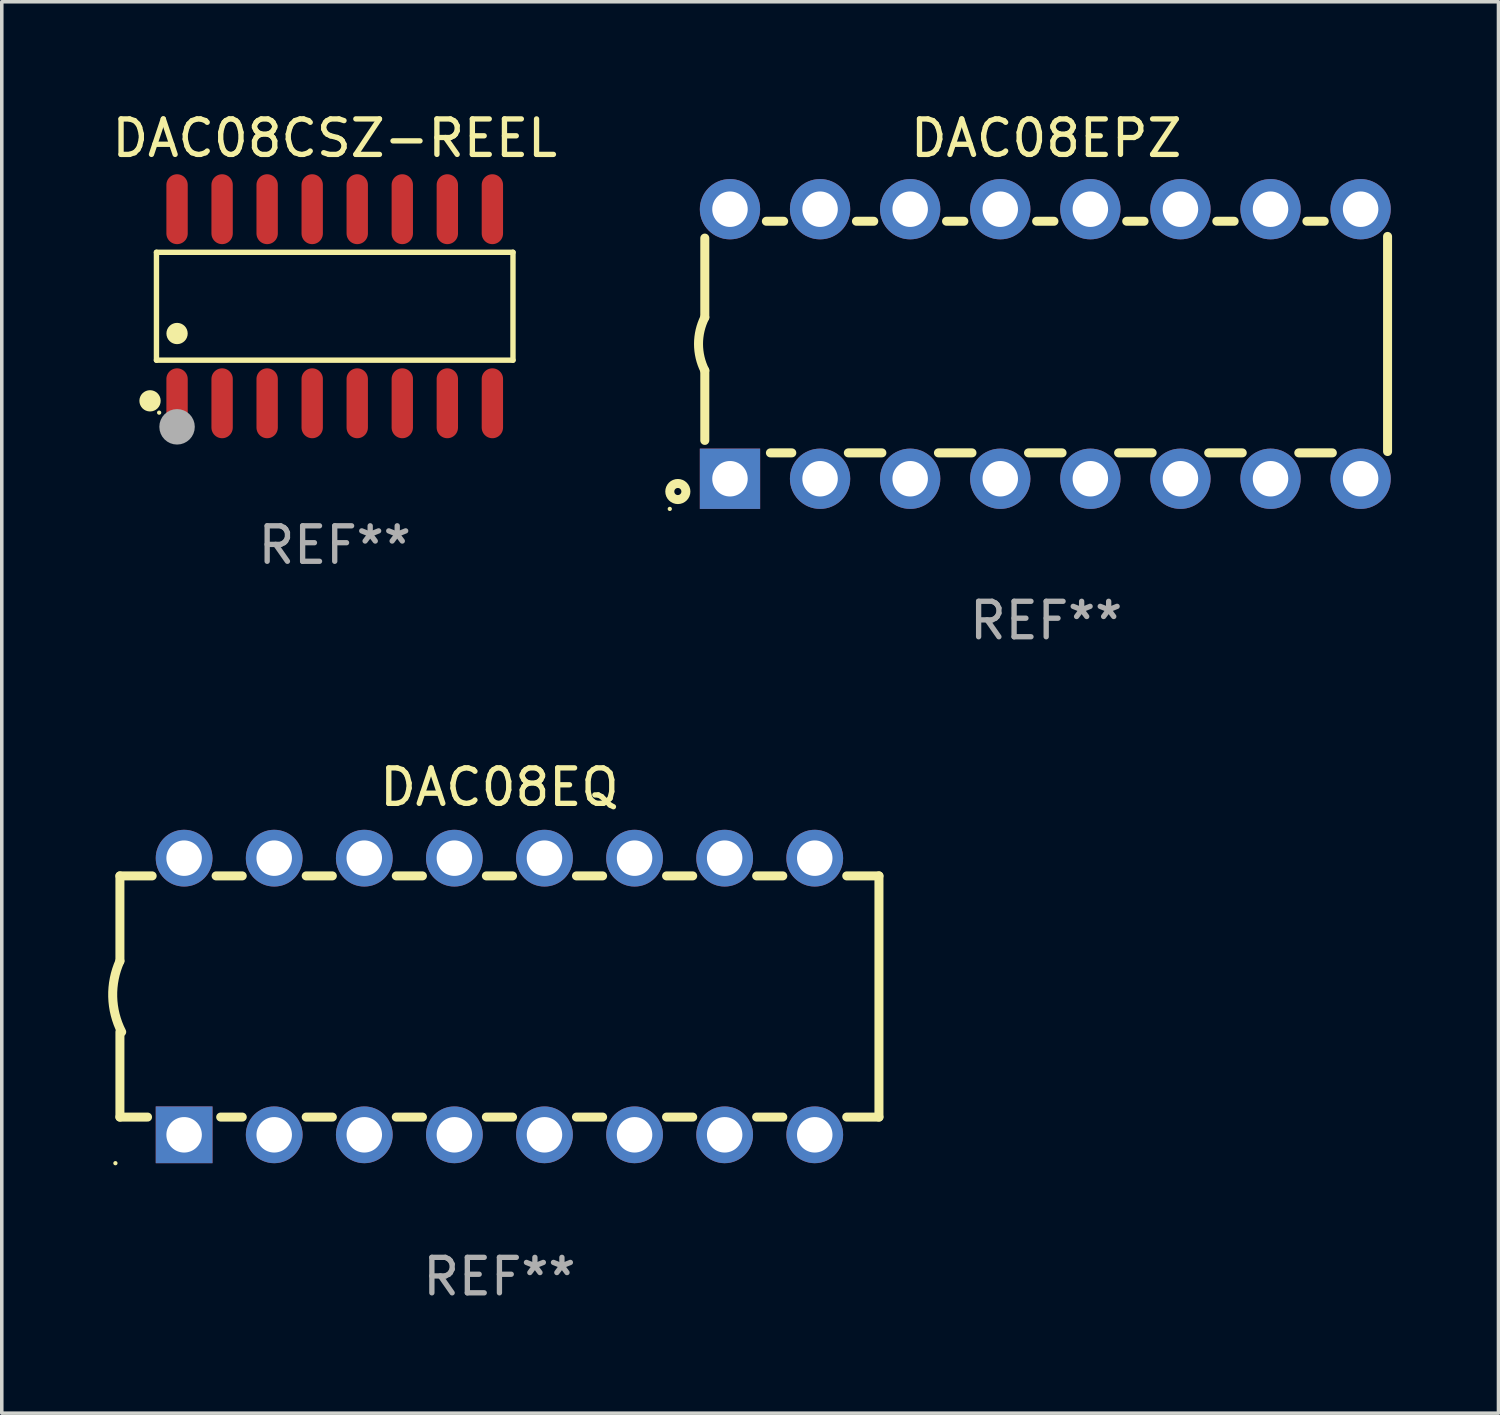
<source format=kicad_pcb>
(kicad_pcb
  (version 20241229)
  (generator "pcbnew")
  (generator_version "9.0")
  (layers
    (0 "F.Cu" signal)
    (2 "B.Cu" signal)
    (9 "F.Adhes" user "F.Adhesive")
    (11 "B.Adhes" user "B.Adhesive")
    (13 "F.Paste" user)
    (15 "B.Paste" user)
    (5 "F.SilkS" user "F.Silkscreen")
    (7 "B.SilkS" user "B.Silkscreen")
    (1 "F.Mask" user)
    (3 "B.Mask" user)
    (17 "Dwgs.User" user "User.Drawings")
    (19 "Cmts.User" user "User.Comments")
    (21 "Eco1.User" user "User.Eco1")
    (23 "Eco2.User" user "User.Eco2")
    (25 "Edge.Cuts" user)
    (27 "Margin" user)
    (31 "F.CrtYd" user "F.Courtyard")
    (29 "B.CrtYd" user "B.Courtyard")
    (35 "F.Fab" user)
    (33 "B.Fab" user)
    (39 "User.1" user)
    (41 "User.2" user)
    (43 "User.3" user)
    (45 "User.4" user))
  (footprint "DAC08EPZ"
    (layer "F.Cu")
    (at 26.446 6.648)
    (property "Reference" "DAC08EPZ" (at 0 -5.8 0) (layer "F.SilkS") (effects (font (size 1 1) (thickness 0.15))))
    (attr through_hole)
    (fp_line (start -9.625 -0.75) (end -9.625 -2.985) (stroke (width 0.254) (type solid)) (layer "F.SilkS"))
    (fp_line (start -9.625 0.749) (end -9.625 2.719) (stroke (width 0.254) (type solid)) (layer "F.SilkS"))
    (fp_line (start -7.889 -3.46) (end -7.401 -3.46) (stroke (width 0.254) (type solid)) (layer "F.SilkS"))
    (fp_line (start -7.775 3.07) (end -7.172 3.07) (stroke (width 0.254) (type solid)) (layer "F.SilkS"))
    (fp_line (start -5.578 3.07) (end -4.632 3.07) (stroke (width 0.254) (type solid)) (layer "F.SilkS"))
    (fp_line (start -5.349 -3.46) (end -4.861 -3.46) (stroke (width 0.254) (type solid)) (layer "F.SilkS"))
    (fp_line (start -3.038 3.07) (end -2.092 3.07) (stroke (width 0.254) (type solid)) (layer "F.SilkS"))
    (fp_line (start -2.809 -3.46) (end -2.321 -3.46) (stroke (width 0.254) (type solid)) (layer "F.SilkS"))
    (fp_line (start -0.498 3.07) (end 0.448 3.07) (stroke (width 0.254) (type solid)) (layer "F.SilkS"))
    (fp_line (start -0.269 -3.46) (end 0.219 -3.46) (stroke (width 0.254) (type solid)) (layer "F.SilkS"))
    (fp_line (start 2.042 3.07) (end 2.988 3.07) (stroke (width 0.254) (type solid)) (layer "F.SilkS"))
    (fp_line (start 2.271 -3.46) (end 2.759 -3.46) (stroke (width 0.254) (type solid)) (layer "F.SilkS"))
    (fp_line (start 4.582 3.07) (end 5.528 3.07) (stroke (width 0.254) (type solid)) (layer "F.SilkS"))
    (fp_line (start 4.811 -3.46) (end 5.299 -3.46) (stroke (width 0.254) (type solid)) (layer "F.SilkS"))
    (fp_line (start 7.122 3.07) (end 8.068 3.07) (stroke (width 0.254) (type solid)) (layer "F.SilkS"))
    (fp_line (start 7.351 -3.46) (end 7.839 -3.46) (stroke (width 0.254) (type solid)) (layer "F.SilkS"))
    (fp_line (start 9.625 3.032) (end 9.625 -3.032) (stroke (width 0.254) (type solid)) (layer "F.SilkS"))
    (fp_arc (start -9.62498 0.748819) (mid -9.801899 -0.000581) (end -9.625006 -0.749987) (stroke (width 0.254001) (type solid)) (layer "F.SilkS"))
    (fp_circle (center -10.612 4.65) (end -10.582 4.65) (stroke (width 0.06) (type solid)) (fill no) (layer "F.SilkS"))
    (fp_circle (center -10.385 4.16) (end -10.285 4.16) (stroke (width 0.254) (type solid)) (fill no) (layer "F.SilkS"))
    (fp_text user "REF**" (at 0 7.8 0) (layer "F.Fab") (effects (font (size 1 1) (thickness 0.15))))
    (pad "1" thru_hole rect (at -8.915 3.8 90) (size 1.7 1.7) (drill 1) (layers "*.Cu" "*.Mask"))
    (pad "2" thru_hole circle (at -6.375 3.8) (size 1.7 1.7) (drill 1) (layers "*.Cu" "*.Mask"))
    (pad "3" thru_hole circle (at -3.835 3.8) (size 1.7 1.7) (drill 1) (layers "*.Cu" "*.Mask"))
    (pad "4" thru_hole circle (at -1.295 3.8) (size 1.7 1.7) (drill 1) (layers "*.Cu" "*.Mask"))
    (pad "5" thru_hole circle (at 1.245 3.8) (size 1.7 1.7) (drill 1) (layers "*.Cu" "*.Mask"))
    (pad "6" thru_hole circle (at 3.785 3.8) (size 1.7 1.7) (drill 1) (layers "*.Cu" "*.Mask"))
    (pad "7" thru_hole circle (at 6.325 3.8) (size 1.7 1.7) (drill 1) (layers "*.Cu" "*.Mask"))
    (pad "8" thru_hole circle (at 8.865 3.8) (size 1.7 1.7) (drill 1) (layers "*.Cu" "*.Mask"))
    (pad "9" thru_hole circle (at 8.865 -3.8) (size 1.7 1.7) (drill 1) (layers "*.Cu" "*.Mask"))
    (pad "10" thru_hole circle (at 6.325 -3.8) (size 1.7 1.7) (drill 1) (layers "*.Cu" "*.Mask"))
    (pad "11" thru_hole circle (at 3.785 -3.8) (size 1.7 1.7) (drill 1) (layers "*.Cu" "*.Mask"))
    (pad "12" thru_hole circle (at 1.245 -3.8) (size 1.7 1.7) (drill 1) (layers "*.Cu" "*.Mask"))
    (pad "13" thru_hole circle (at -1.295 -3.8) (size 1.7 1.7) (drill 1) (layers "*.Cu" "*.Mask"))
    (pad "14" thru_hole circle (at -3.835 -3.8) (size 1.7 1.7) (drill 1) (layers "*.Cu" "*.Mask"))
    (pad "15" thru_hole circle (at -6.375 -3.8) (size 1.7 1.7) (drill 1) (layers "*.Cu" "*.Mask"))
    (pad "16" thru_hole circle (at -8.915 -3.8) (size 1.7 1.7) (drill 1) (layers "*.Cu" "*.Mask")))
  (footprint "DAC08EQ"
    (layer "F.Cu")
    (at 11.031 25.045)
    (property "Reference" "DAC08EQ" (at 0 -5.9 0) (layer "F.SilkS") (effects (font (size 1 1) (thickness 0.15))))
    (attr through_hole)
    (fp_line (start -10.7 -3.4) (end -9.791 -3.4) (stroke (width 0.254) (type solid)) (layer "F.SilkS"))
    (fp_line (start -10.7 -0.998) (end -10.7 -3.4) (stroke (width 0.254) (type solid)) (layer "F.SilkS"))
    (fp_line (start -10.7 3.4) (end -10.7 1) (stroke (width 0.254) (type solid)) (layer "F.SilkS"))
    (fp_line (start -10.7 3.4) (end -9.921 3.4) (stroke (width 0.254) (type solid)) (layer "F.SilkS"))
    (fp_line (start -7.988 -3.4) (end -7.251 -3.4) (stroke (width 0.254) (type solid)) (layer "F.SilkS"))
    (fp_line (start -7.859 3.4) (end -7.251 3.4) (stroke (width 0.254) (type solid)) (layer "F.SilkS"))
    (fp_line (start -5.448 -3.4) (end -4.711 -3.4) (stroke (width 0.254) (type solid)) (layer "F.SilkS"))
    (fp_line (start -5.448 3.4) (end -4.711 3.4) (stroke (width 0.254) (type solid)) (layer "F.SilkS"))
    (fp_line (start -2.908 -3.4) (end -2.171 -3.4) (stroke (width 0.254) (type solid)) (layer "F.SilkS"))
    (fp_line (start -2.908 3.4) (end -2.171 3.4) (stroke (width 0.254) (type solid)) (layer "F.SilkS"))
    (fp_line (start -0.368 -3.4) (end 0.369 -3.4) (stroke (width 0.254) (type solid)) (layer "F.SilkS"))
    (fp_line (start -0.368 3.4) (end 0.369 3.4) (stroke (width 0.254) (type solid)) (layer "F.SilkS"))
    (fp_line (start 2.172 -3.4) (end 2.909 -3.4) (stroke (width 0.254) (type solid)) (layer "F.SilkS"))
    (fp_line (start 2.172 3.4) (end 2.909 3.4) (stroke (width 0.254) (type solid)) (layer "F.SilkS"))
    (fp_line (start 4.712 -3.4) (end 5.449 -3.4) (stroke (width 0.254) (type solid)) (layer "F.SilkS"))
    (fp_line (start 4.712 3.4) (end 5.449 3.4) (stroke (width 0.254) (type solid)) (layer "F.SilkS"))
    (fp_line (start 7.252 -3.4) (end 7.989 -3.4) (stroke (width 0.254) (type solid)) (layer "F.SilkS"))
    (fp_line (start 7.252 3.4) (end 7.989 3.4) (stroke (width 0.254) (type solid)) (layer "F.SilkS"))
    (fp_line (start 9.792 -3.4) (end 10.7 -3.4) (stroke (width 0.254) (type solid)) (layer "F.SilkS"))
    (fp_line (start 9.792 3.4) (end 10.7 3.4) (stroke (width 0.254) (type solid)) (layer "F.SilkS"))
    (fp_line (start 10.7 3.4) (end 10.7 -3.4) (stroke (width 0.254) (type solid)) (layer "F.SilkS"))
    (fp_arc (start -10.649962 0.99995) (mid -10.90314 0.005668) (end -10.699975 -1.000025) (stroke (width 0.254001) (type solid)) (layer "F.SilkS"))
    (fp_circle (center -10.827 4.7) (end -10.797 4.7) (stroke (width 0.06) (type solid)) (fill no) (layer "F.SilkS"))
    (fp_text user "REF**" (at 0 7.9 0) (layer "F.Fab") (effects (font (size 1 1) (thickness 0.15))))
    (pad "1" thru_hole rect (at -8.89 3.9 90) (size 1.6 1.6) (drill 1) (layers "*.Cu" "*.Mask"))
    (pad "2" thru_hole circle (at -6.35 3.9) (size 1.6 1.6) (drill 1) (layers "*.Cu" "*.Mask"))
    (pad "3" thru_hole circle (at -3.81 3.9) (size 1.6 1.6) (drill 1) (layers "*.Cu" "*.Mask"))
    (pad "4" thru_hole circle (at -1.27 3.9) (size 1.6 1.6) (drill 1) (layers "*.Cu" "*.Mask"))
    (pad "5" thru_hole circle (at 1.27 3.9) (size 1.6 1.6) (drill 1) (layers "*.Cu" "*.Mask"))
    (pad "6" thru_hole circle (at 3.81 3.9) (size 1.6 1.6) (drill 1) (layers "*.Cu" "*.Mask"))
    (pad "7" thru_hole circle (at 6.35 3.9) (size 1.6 1.6) (drill 1) (layers "*.Cu" "*.Mask"))
    (pad "8" thru_hole circle (at 8.89 3.9) (size 1.6 1.6) (drill 1) (layers "*.Cu" "*.Mask"))
    (pad "9" thru_hole circle (at 8.89 -3.9) (size 1.6 1.6) (drill 1) (layers "*.Cu" "*.Mask"))
    (pad "10" thru_hole circle (at 6.35 -3.9) (size 1.6 1.6) (drill 1) (layers "*.Cu" "*.Mask"))
    (pad "11" thru_hole circle (at 3.81 -3.9) (size 1.6 1.6) (drill 1) (layers "*.Cu" "*.Mask"))
    (pad "12" thru_hole circle (at 1.27 -3.9) (size 1.6 1.6) (drill 1) (layers "*.Cu" "*.Mask"))
    (pad "13" thru_hole circle (at -1.27 -3.9) (size 1.6 1.6) (drill 1) (layers "*.Cu" "*.Mask"))
    (pad "14" thru_hole circle (at -3.81 -3.9) (size 1.6 1.6) (drill 1) (layers "*.Cu" "*.Mask"))
    (pad "15" thru_hole circle (at -6.35 -3.9) (size 1.6 1.6) (drill 1) (layers "*.Cu" "*.Mask"))
    (pad "16" thru_hole circle (at -8.89 -3.9) (size 1.6 1.6) (drill 1) (layers "*.Cu" "*.Mask")))
  (footprint "DAC08CSZ-REEL"
    (layer "F.Cu")
    (at 6.387 5.584)
    (property "Reference" "DAC08CSZ-REEL" (at 0 -4.736 0) (layer "F.SilkS") (effects (font (size 1 1) (thickness 0.15))))
    (attr through_hole)
    (fp_line (start -5.026 -1.521) (end 5.026 -1.521) (stroke (width 0.152) (type solid)) (layer "F.SilkS"))
    (fp_line (start -5.026 1.521) (end -5.026 -1.521) (stroke (width 0.152) (type solid)) (layer "F.SilkS"))
    (fp_line (start 5.026 -1.521) (end 5.026 1.521) (stroke (width 0.152) (type solid)) (layer "F.SilkS"))
    (fp_line (start 5.026 1.521) (end -5.026 1.521) (stroke (width 0.152) (type solid)) (layer "F.SilkS"))
    (fp_circle (center -5.207 2.667) (end -5.057 2.667) (stroke (width 0.3) (type solid)) (fill no) (layer "F.SilkS"))
    (fp_circle (center -4.95 3) (end -4.92 3) (stroke (width 0.06) (type solid)) (fill no) (layer "F.SilkS"))
    (fp_circle (center -4.445 0.769) (end -4.295 0.769) (stroke (width 0.3) (type solid)) (fill no) (layer "F.SilkS"))
    (fp_circle (center -4.445 3.4) (end -4.195 3.4) (stroke (width 0.5) (type solid)) (fill no) (layer "F.Fab"))
    (fp_text user "REF**" (at 0 6.736 0) (layer "F.Fab") (effects (font (size 1 1) (thickness 0.15))))
    (pad "1" smd oval (at -4.445 2.736) (size 0.602 1.971) (layers "F.Cu" "F.Mask" "F.Paste"))
    (pad "2" smd oval (at -3.175 2.736) (size 0.602 1.971) (layers "F.Cu" "F.Mask" "F.Paste"))
    (pad "3" smd oval (at -1.905 2.736) (size 0.602 1.971) (layers "F.Cu" "F.Mask" "F.Paste"))
    (pad "4" smd oval (at -0.635 2.736) (size 0.602 1.971) (layers "F.Cu" "F.Mask" "F.Paste"))
    (pad "5" smd oval (at 0.635 2.736) (size 0.602 1.971) (layers "F.Cu" "F.Mask" "F.Paste"))
    (pad "6" smd oval (at 1.905 2.736) (size 0.602 1.971) (layers "F.Cu" "F.Mask" "F.Paste"))
    (pad "7" smd oval (at 3.175 2.736) (size 0.602 1.971) (layers "F.Cu" "F.Mask" "F.Paste"))
    (pad "8" smd oval (at 4.445 2.736) (size 0.602 1.971) (layers "F.Cu" "F.Mask" "F.Paste"))
    (pad "9" smd oval (at 4.445 -2.736) (size 0.602 1.971) (layers "F.Cu" "F.Mask" "F.Paste"))
    (pad "10" smd oval (at 3.175 -2.736) (size 0.602 1.971) (layers "F.Cu" "F.Mask" "F.Paste"))
    (pad "11" smd oval (at 1.905 -2.736) (size 0.602 1.971) (layers "F.Cu" "F.Mask" "F.Paste"))
    (pad "12" smd oval (at 0.635 -2.736) (size 0.602 1.971) (layers "F.Cu" "F.Mask" "F.Paste"))
    (pad "13" smd oval (at -0.635 -2.736) (size 0.602 1.971) (layers "F.Cu" "F.Mask" "F.Paste"))
    (pad "14" smd oval (at -1.905 -2.736) (size 0.602 1.971) (layers "F.Cu" "F.Mask" "F.Paste"))
    (pad "15" smd oval (at -3.175 -2.736) (size 0.602 1.971) (layers "F.Cu" "F.Mask" "F.Paste"))
    (pad "16" smd oval (at -4.445 -2.736) (size 0.602 1.971) (layers "F.Cu" "F.Mask" "F.Paste")))
  (gr_rect
    (start -3 -3)
    (end 39.198 36.793)
    (stroke (width 0.1) (type default))
    (fill no)
    (layer "Edge.Cuts")))
</source>
